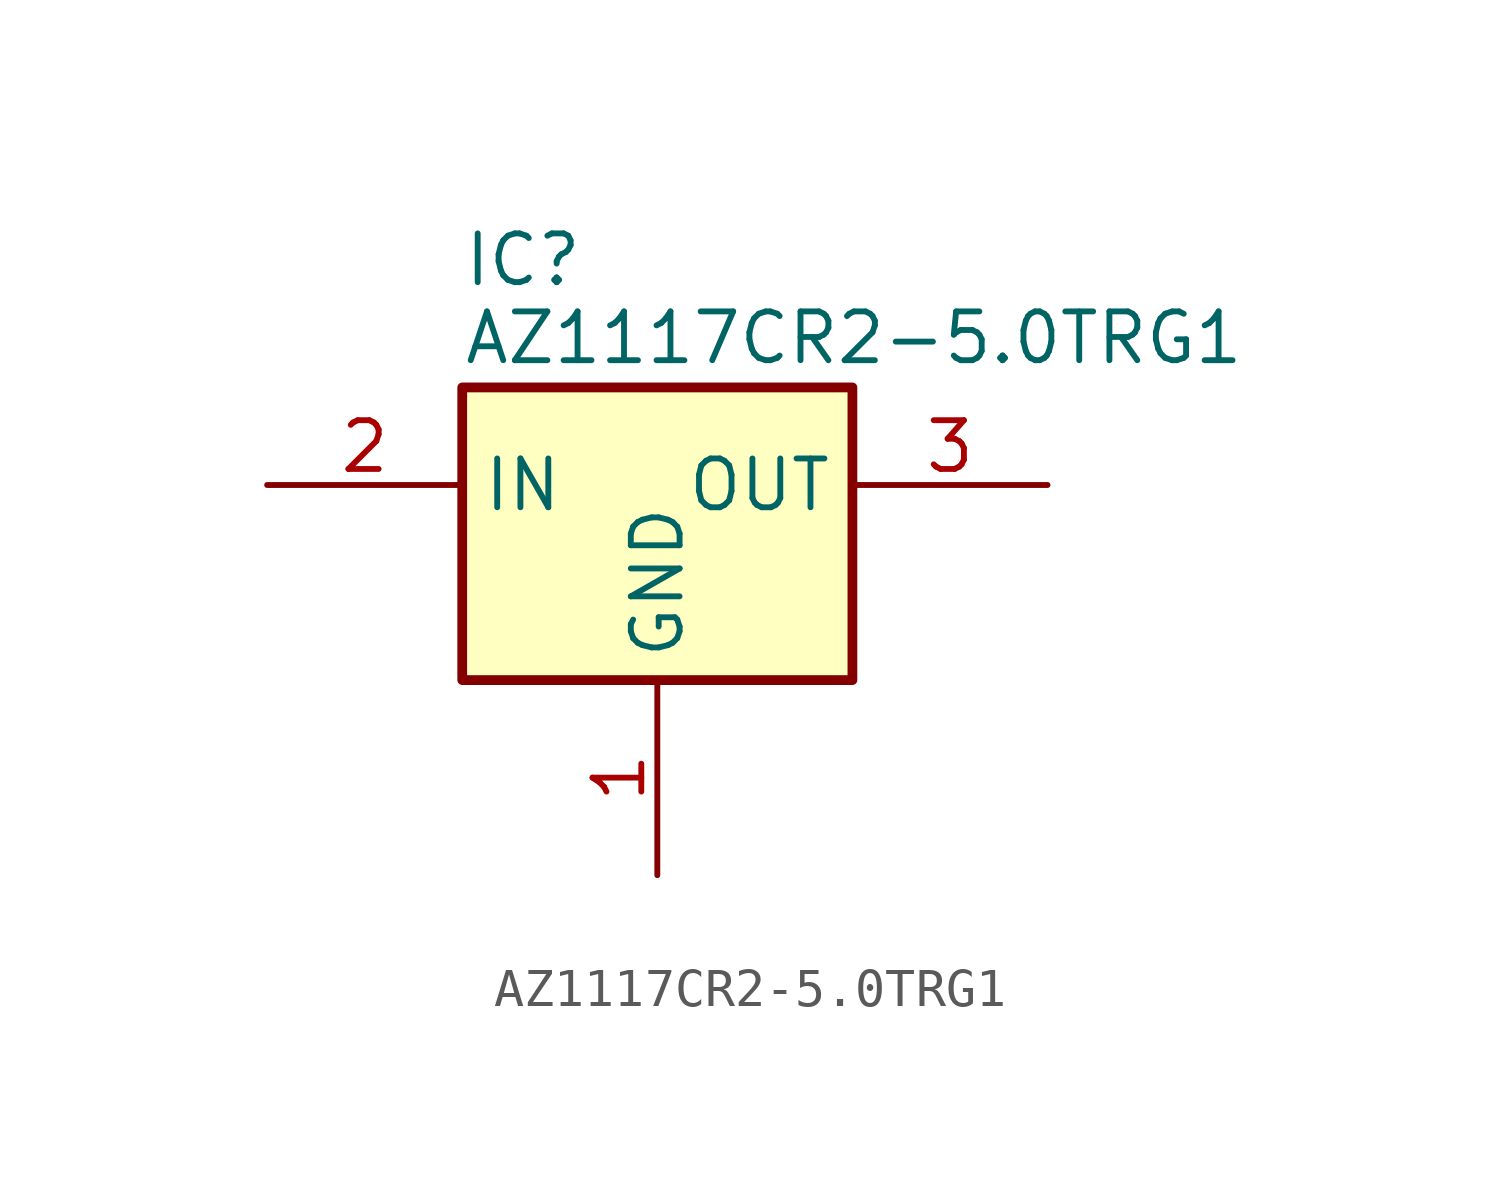
<source format=kicad_sym>
(kicad_symbol_lib
  (version 20241209)
  (generator "kicad_symbol_editor")
  (generator_version "9.0")
  (symbol "AZ1117CR2-5.0TRG1"
    (property "Reference" "IC"
      (at -5.08 6.604 0)
      (effects (font (size 1.27 1.27)) (justify left top)))
    (property "Value" "AZ1117CR2-5.0TRG1"
      (at -5.08 4.572 0)
      (effects (font (size 1.27 1.27)) (justify left top)))
    (symbol "AZ1117CR2-5.0TRG1_1_1"
      (rectangle (start -5.08 2.54) (end 5.08 -5.08) (stroke (width 0.254) (type default)) (fill (type background)))
      (pin passive line (at -10.16 0 0) (length 5.08) (name "IN" (effects (font (size 1.27 1.27)))) (number "2" (effects (font (size 1.27 1.27)))))
      (pin passive line (at 0 -10.16 90) (length 5.08) (name "GND" (effects (font (size 1.27 1.27)))) (number "1" (effects (font (size 1.27 1.27)))))
      (pin passive line (at 10.16 0 180) (length 5.08) (name "OUT" (effects (font (size 1.27 1.27)))) (number "3" (effects (font (size 1.27 1.27))))))))
</source>
